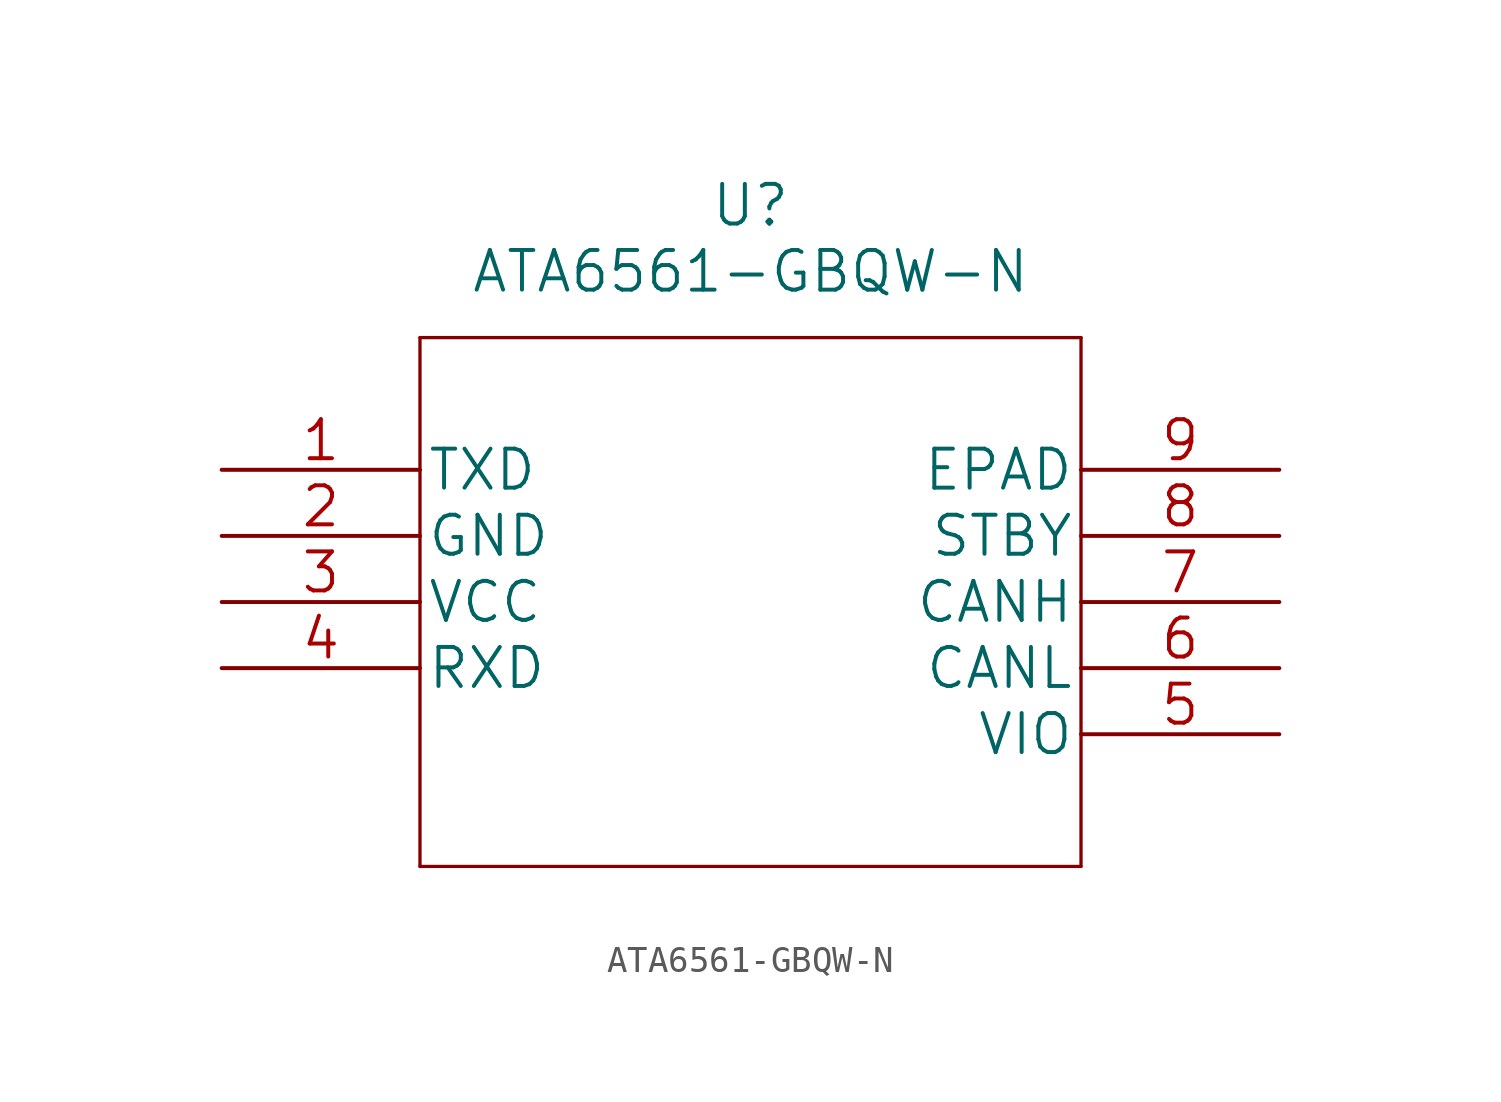
<source format=kicad_sym>
(kicad_symbol_lib
  (version 20220914)
  (generator kicad_symbol_editor)
  (symbol "ATA6561-GBQW-N"
    (pin_names
      (offset 0.254))
    (property "Reference" "U"
      (at 20.32 10.16 0)
      (effects (font (size 1.524 1.524))))
    (property "Value" "ATA6561-GBQW-N"
      (at 20.32 7.62 0)
      (effects (font (size 1.524 1.524))))
    (property "Datasheet" ""
      (at 0 0 0)
      (effects (font (size 1.524 1.524))))
    (property "ki_locked" ""
      (at 0 0 0)
      (effects (font (size 1.27 1.27))))
    (symbol "ATA6561-GBQW-N_1_1"
      (polyline (pts (xy 7.62 -15.24) (xy 33.02 -15.24)) (stroke (width 0.127) (type solid)) (fill (type none)))
      (polyline (pts (xy 7.62 5.08) (xy 7.62 -15.24)) (stroke (width 0.127) (type solid)) (fill (type none)))
      (polyline (pts (xy 33.02 -15.24) (xy 33.02 5.08)) (stroke (width 0.127) (type solid)) (fill (type none)))
      (polyline (pts (xy 33.02 5.08) (xy 7.62 5.08)) (stroke (width 0.127) (type solid)) (fill (type none)))
      (pin unspecified line (at 0 0 0) (length 7.62) (name "TXD" (effects (font (size 1.499 1.499)))) (number "1" (effects (font (size 1.499 1.499)))))
      (pin power_in line (at 0 -2.54 0) (length 7.62) (name "GND" (effects (font (size 1.499 1.499)))) (number "2" (effects (font (size 1.499 1.499)))))
      (pin power_in line (at 0 -5.08 0) (length 7.62) (name "VCC" (effects (font (size 1.499 1.499)))) (number "3" (effects (font (size 1.499 1.499)))))
      (pin unspecified line (at 0 -7.62 0) (length 7.62) (name "RXD" (effects (font (size 1.499 1.499)))) (number "4" (effects (font (size 1.499 1.499)))))
      (pin unspecified line (at 40.64 -10.16 180) (length 7.62) (name "VIO" (effects (font (size 1.499 1.499)))) (number "5" (effects (font (size 1.499 1.499)))))
      (pin unspecified line (at 40.64 -7.62 180) (length 7.62) (name "CANL" (effects (font (size 1.499 1.499)))) (number "6" (effects (font (size 1.499 1.499)))))
      (pin unspecified line (at 40.64 -5.08 180) (length 7.62) (name "CANH" (effects (font (size 1.499 1.499)))) (number "7" (effects (font (size 1.499 1.499)))))
      (pin unspecified line (at 40.64 -2.54 180) (length 7.62) (name "STBY" (effects (font (size 1.499 1.499)))) (number "8" (effects (font (size 1.499 1.499)))))
      (pin unspecified line (at 40.64 0 180) (length 7.62) (name "EPAD" (effects (font (size 1.499 1.499)))) (number "9" (effects (font (size 1.499 1.499))))))))
</source>
